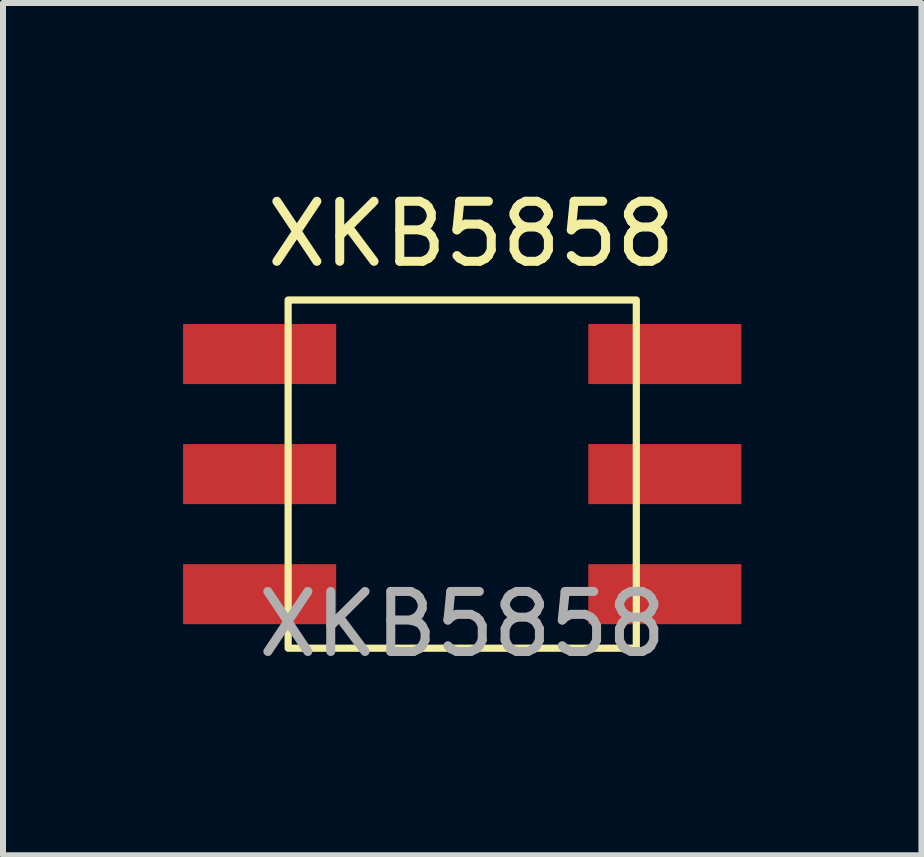
<source format=kicad_pcb>
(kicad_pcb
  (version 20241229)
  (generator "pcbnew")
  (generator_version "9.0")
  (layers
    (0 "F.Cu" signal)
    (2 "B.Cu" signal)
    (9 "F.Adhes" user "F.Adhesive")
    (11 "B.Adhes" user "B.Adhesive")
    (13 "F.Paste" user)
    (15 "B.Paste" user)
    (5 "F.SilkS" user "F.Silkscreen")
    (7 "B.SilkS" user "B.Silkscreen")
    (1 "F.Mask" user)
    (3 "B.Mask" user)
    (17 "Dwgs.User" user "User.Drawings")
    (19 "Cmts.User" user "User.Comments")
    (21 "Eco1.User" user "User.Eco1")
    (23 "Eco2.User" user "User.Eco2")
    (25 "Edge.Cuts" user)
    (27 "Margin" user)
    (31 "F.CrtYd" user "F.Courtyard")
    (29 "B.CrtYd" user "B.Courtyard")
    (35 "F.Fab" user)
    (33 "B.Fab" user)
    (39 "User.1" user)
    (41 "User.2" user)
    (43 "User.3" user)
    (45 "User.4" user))
  (footprint "XKB5858"
    (layer "F.Cu")
    (at 4.65 4.848)
    (property "Reference" "XKB5858" (at 0.15 -4 0) (unlocked yes) (layer "F.SilkS") (effects (font (size 1 1) (thickness 0.15))))
    (attr smd)
    (fp_rect (start -2.9 -2.9) (end 2.9 2.9) (stroke (width 0.12) (type solid)) (fill no) (layer "F.SilkS"))
    (fp_text user "${REFERENCE}" (at 0 2.5 0) (unlocked yes) (layer "F.Fab") (effects (font (size 1 1) (thickness 0.15))))
    (pad "1" smd rect (at -3.375 -2) (size 2.55 1) (layers "F.Cu" "F.Mask" "F.Paste"))
    (pad "2" smd rect (at -3.375 0) (size 2.55 1) (layers "F.Cu" "F.Mask" "F.Paste"))
    (pad "3" smd rect (at -3.375 2) (size 2.55 1) (layers "F.Cu" "F.Mask" "F.Paste"))
    (pad "4" smd rect (at 3.375 -2) (size 2.55 1) (layers "F.Cu" "F.Mask" "F.Paste"))
    (pad "5" smd rect (at 3.375 0) (size 2.55 1) (layers "F.Cu" "F.Mask" "F.Paste"))
    (pad "6" smd rect (at 3.375 2) (size 2.55 1) (layers "F.Cu" "F.Mask" "F.Paste")))
  (gr_rect
    (start -3 -3)
    (end 12.3 11.197)
    (stroke (width 0.1) (type default))
    (fill no)
    (layer "Edge.Cuts")))
</source>
